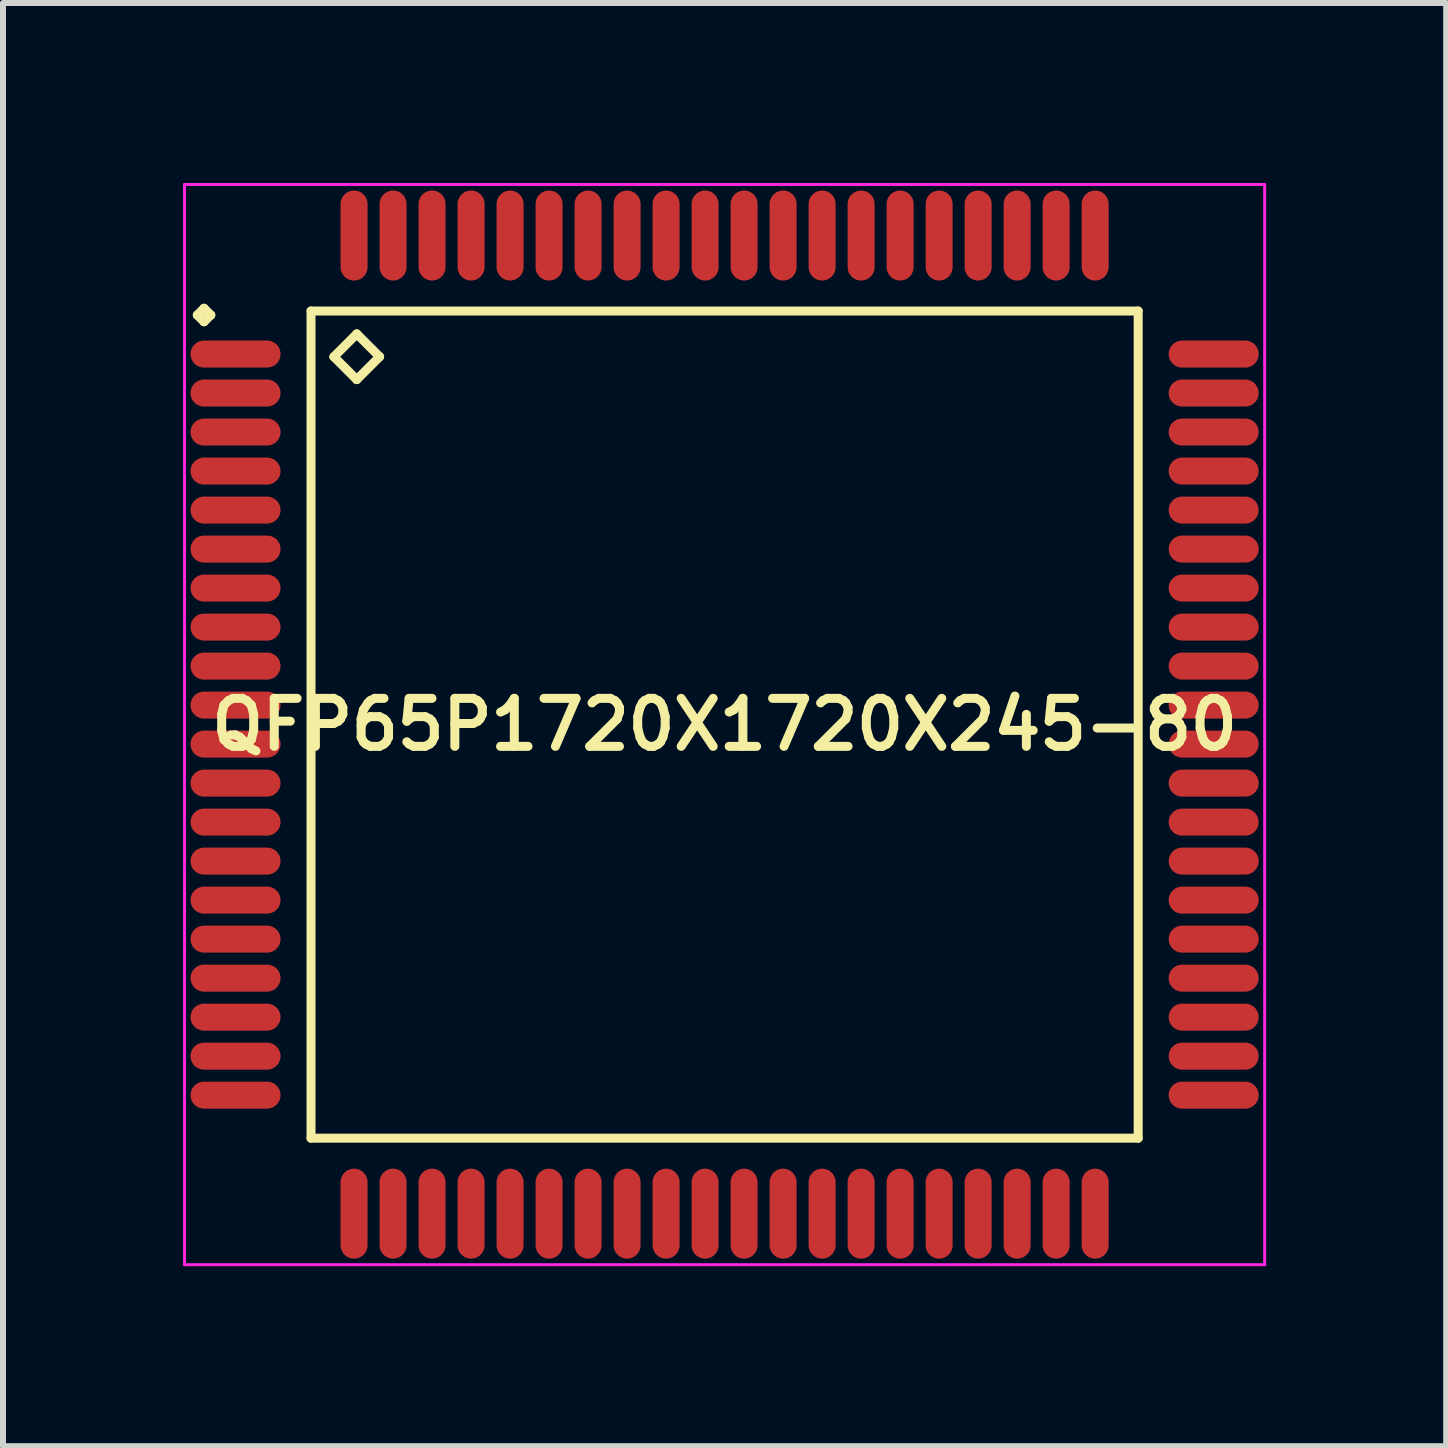
<source format=kicad_pcb>
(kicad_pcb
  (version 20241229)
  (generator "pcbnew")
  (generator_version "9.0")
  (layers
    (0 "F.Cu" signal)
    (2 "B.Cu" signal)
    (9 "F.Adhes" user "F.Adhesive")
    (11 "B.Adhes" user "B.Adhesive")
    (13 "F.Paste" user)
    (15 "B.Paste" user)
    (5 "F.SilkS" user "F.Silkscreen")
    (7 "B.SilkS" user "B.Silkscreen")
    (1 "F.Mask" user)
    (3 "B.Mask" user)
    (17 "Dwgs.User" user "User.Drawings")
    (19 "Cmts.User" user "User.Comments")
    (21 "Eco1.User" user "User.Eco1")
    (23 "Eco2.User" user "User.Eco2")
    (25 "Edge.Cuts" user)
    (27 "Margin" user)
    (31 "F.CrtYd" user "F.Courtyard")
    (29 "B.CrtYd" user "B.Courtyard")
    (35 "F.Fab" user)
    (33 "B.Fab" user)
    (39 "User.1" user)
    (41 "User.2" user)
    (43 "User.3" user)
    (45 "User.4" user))
  (footprint "QFP65P1720X1720X245-80"
    (layer "F.Cu")
    (at 9.025 9.025)
    (property "Reference" "QFP65P1720X1720X245-80" (at 0 0 0) (layer "F.SilkS") (effects (font (size 0.8 0.8) (thickness 0.15))))
    (attr smd)
    (fp_line (start -8.787 -6.825) (end -8.675 -6.938) (stroke (width 0.15) (type solid)) (layer "F.SilkS"))
    (fp_line (start -8.675 -6.938) (end -8.562 -6.825) (stroke (width 0.15) (type solid)) (layer "F.SilkS"))
    (fp_line (start -8.675 -6.713) (end -8.787 -6.825) (stroke (width 0.15) (type solid)) (layer "F.SilkS"))
    (fp_line (start -8.562 -6.825) (end -8.675 -6.713) (stroke (width 0.15) (type solid)) (layer "F.SilkS"))
    (fp_line (start -6.892 -6.892) (end -6.892 6.892) (stroke (width 0.15) (type solid)) (layer "F.SilkS"))
    (fp_line (start -6.892 6.892) (end 6.892 6.892) (stroke (width 0.15) (type solid)) (layer "F.SilkS"))
    (fp_line (start -6.511 -6.13) (end -6.13 -6.511) (stroke (width 0.15) (type solid)) (layer "F.SilkS"))
    (fp_line (start -6.13 -6.511) (end -5.749 -6.13) (stroke (width 0.15) (type solid)) (layer "F.SilkS"))
    (fp_line (start -6.13 -5.749) (end -6.511 -6.13) (stroke (width 0.15) (type solid)) (layer "F.SilkS"))
    (fp_line (start -5.749 -6.13) (end -6.13 -5.749) (stroke (width 0.15) (type solid)) (layer "F.SilkS"))
    (fp_line (start 6.892 -6.892) (end -6.892 -6.892) (stroke (width 0.15) (type solid)) (layer "F.SilkS"))
    (fp_line (start 6.892 6.892) (end 6.892 -6.892) (stroke (width 0.15) (type solid)) (layer "F.SilkS"))
    (fp_line (start -9 -9) (end 9 -9) (stroke (width 0.05) (type solid)) (layer "F.CrtYd"))
    (fp_line (start -9 9) (end -9 -9) (stroke (width 0.05) (type solid)) (layer "F.CrtYd"))
    (fp_line (start 9 -9) (end 9 9) (stroke (width 0.05) (type solid)) (layer "F.CrtYd"))
    (fp_line (start 9 9) (end -9 9) (stroke (width 0.05) (type solid)) (layer "F.CrtYd"))
    (pad "1" smd oval (at -8.15 -6.175) (size 1.5 0.45) (layers "F.Cu" "F.Mask" "F.Paste"))
    (pad "2" smd oval (at -8.15 -5.525) (size 1.5 0.45) (layers "F.Cu" "F.Mask" "F.Paste"))
    (pad "3" smd oval (at -8.15 -4.875) (size 1.5 0.45) (layers "F.Cu" "F.Mask" "F.Paste"))
    (pad "4" smd oval (at -8.15 -4.225) (size 1.5 0.45) (layers "F.Cu" "F.Mask" "F.Paste"))
    (pad "5" smd oval (at -8.15 -3.575) (size 1.5 0.45) (layers "F.Cu" "F.Mask" "F.Paste"))
    (pad "6" smd oval (at -8.15 -2.925) (size 1.5 0.45) (layers "F.Cu" "F.Mask" "F.Paste"))
    (pad "7" smd oval (at -8.15 -2.275) (size 1.5 0.45) (layers "F.Cu" "F.Mask" "F.Paste"))
    (pad "8" smd oval (at -8.15 -1.625) (size 1.5 0.45) (layers "F.Cu" "F.Mask" "F.Paste"))
    (pad "9" smd oval (at -8.15 -0.975) (size 1.5 0.45) (layers "F.Cu" "F.Mask" "F.Paste"))
    (pad "10" smd oval (at -8.15 -0.325) (size 1.5 0.45) (layers "F.Cu" "F.Mask" "F.Paste"))
    (pad "11" smd oval (at -8.15 0.325) (size 1.5 0.45) (layers "F.Cu" "F.Mask" "F.Paste"))
    (pad "12" smd oval (at -8.15 0.975) (size 1.5 0.45) (layers "F.Cu" "F.Mask" "F.Paste"))
    (pad "13" smd oval (at -8.15 1.625) (size 1.5 0.45) (layers "F.Cu" "F.Mask" "F.Paste"))
    (pad "14" smd oval (at -8.15 2.275) (size 1.5 0.45) (layers "F.Cu" "F.Mask" "F.Paste"))
    (pad "15" smd oval (at -8.15 2.925) (size 1.5 0.45) (layers "F.Cu" "F.Mask" "F.Paste"))
    (pad "16" smd oval (at -8.15 3.575) (size 1.5 0.45) (layers "F.Cu" "F.Mask" "F.Paste"))
    (pad "17" smd oval (at -8.15 4.225) (size 1.5 0.45) (layers "F.Cu" "F.Mask" "F.Paste"))
    (pad "18" smd oval (at -8.15 4.875) (size 1.5 0.45) (layers "F.Cu" "F.Mask" "F.Paste"))
    (pad "19" smd oval (at -8.15 5.525) (size 1.5 0.45) (layers "F.Cu" "F.Mask" "F.Paste"))
    (pad "20" smd oval (at -8.15 6.175) (size 1.5 0.45) (layers "F.Cu" "F.Mask" "F.Paste"))
    (pad "21" smd oval (at -6.175 8.15) (size 0.45 1.5) (layers "F.Cu" "F.Mask" "F.Paste"))
    (pad "22" smd oval (at -5.525 8.15) (size 0.45 1.5) (layers "F.Cu" "F.Mask" "F.Paste"))
    (pad "23" smd oval (at -4.875 8.15) (size 0.45 1.5) (layers "F.Cu" "F.Mask" "F.Paste"))
    (pad "24" smd oval (at -4.225 8.15) (size 0.45 1.5) (layers "F.Cu" "F.Mask" "F.Paste"))
    (pad "25" smd oval (at -3.575 8.15) (size 0.45 1.5) (layers "F.Cu" "F.Mask" "F.Paste"))
    (pad "26" smd oval (at -2.925 8.15) (size 0.45 1.5) (layers "F.Cu" "F.Mask" "F.Paste"))
    (pad "27" smd oval (at -2.275 8.15) (size 0.45 1.5) (layers "F.Cu" "F.Mask" "F.Paste"))
    (pad "28" smd oval (at -1.625 8.15) (size 0.45 1.5) (layers "F.Cu" "F.Mask" "F.Paste"))
    (pad "29" smd oval (at -0.975 8.15) (size 0.45 1.5) (layers "F.Cu" "F.Mask" "F.Paste"))
    (pad "30" smd oval (at -0.325 8.15) (size 0.45 1.5) (layers "F.Cu" "F.Mask" "F.Paste"))
    (pad "31" smd oval (at 0.325 8.15) (size 0.45 1.5) (layers "F.Cu" "F.Mask" "F.Paste"))
    (pad "32" smd oval (at 0.975 8.15) (size 0.45 1.5) (layers "F.Cu" "F.Mask" "F.Paste"))
    (pad "33" smd oval (at 1.625 8.15) (size 0.45 1.5) (layers "F.Cu" "F.Mask" "F.Paste"))
    (pad "34" smd oval (at 2.275 8.15) (size 0.45 1.5) (layers "F.Cu" "F.Mask" "F.Paste"))
    (pad "35" smd oval (at 2.925 8.15) (size 0.45 1.5) (layers "F.Cu" "F.Mask" "F.Paste"))
    (pad "36" smd oval (at 3.575 8.15) (size 0.45 1.5) (layers "F.Cu" "F.Mask" "F.Paste"))
    (pad "37" smd oval (at 4.225 8.15) (size 0.45 1.5) (layers "F.Cu" "F.Mask" "F.Paste"))
    (pad "38" smd oval (at 4.875 8.15) (size 0.45 1.5) (layers "F.Cu" "F.Mask" "F.Paste"))
    (pad "39" smd oval (at 5.525 8.15) (size 0.45 1.5) (layers "F.Cu" "F.Mask" "F.Paste"))
    (pad "40" smd oval (at 6.175 8.15) (size 0.45 1.5) (layers "F.Cu" "F.Mask" "F.Paste"))
    (pad "41" smd oval (at 8.15 6.175) (size 1.5 0.45) (layers "F.Cu" "F.Mask" "F.Paste"))
    (pad "42" smd oval (at 8.15 5.525) (size 1.5 0.45) (layers "F.Cu" "F.Mask" "F.Paste"))
    (pad "43" smd oval (at 8.15 4.875) (size 1.5 0.45) (layers "F.Cu" "F.Mask" "F.Paste"))
    (pad "44" smd oval (at 8.15 4.225) (size 1.5 0.45) (layers "F.Cu" "F.Mask" "F.Paste"))
    (pad "45" smd oval (at 8.15 3.575) (size 1.5 0.45) (layers "F.Cu" "F.Mask" "F.Paste"))
    (pad "46" smd oval (at 8.15 2.925) (size 1.5 0.45) (layers "F.Cu" "F.Mask" "F.Paste"))
    (pad "47" smd oval (at 8.15 2.275) (size 1.5 0.45) (layers "F.Cu" "F.Mask" "F.Paste"))
    (pad "48" smd oval (at 8.15 1.625) (size 1.5 0.45) (layers "F.Cu" "F.Mask" "F.Paste"))
    (pad "49" smd oval (at 8.15 0.975) (size 1.5 0.45) (layers "F.Cu" "F.Mask" "F.Paste"))
    (pad "50" smd oval (at 8.15 0.325) (size 1.5 0.45) (layers "F.Cu" "F.Mask" "F.Paste"))
    (pad "51" smd oval (at 8.15 -0.325) (size 1.5 0.45) (layers "F.Cu" "F.Mask" "F.Paste"))
    (pad "52" smd oval (at 8.15 -0.975) (size 1.5 0.45) (layers "F.Cu" "F.Mask" "F.Paste"))
    (pad "53" smd oval (at 8.15 -1.625) (size 1.5 0.45) (layers "F.Cu" "F.Mask" "F.Paste"))
    (pad "54" smd oval (at 8.15 -2.275) (size 1.5 0.45) (layers "F.Cu" "F.Mask" "F.Paste"))
    (pad "55" smd oval (at 8.15 -2.925) (size 1.5 0.45) (layers "F.Cu" "F.Mask" "F.Paste"))
    (pad "56" smd oval (at 8.15 -3.575) (size 1.5 0.45) (layers "F.Cu" "F.Mask" "F.Paste"))
    (pad "57" smd oval (at 8.15 -4.225) (size 1.5 0.45) (layers "F.Cu" "F.Mask" "F.Paste"))
    (pad "58" smd oval (at 8.15 -4.875) (size 1.5 0.45) (layers "F.Cu" "F.Mask" "F.Paste"))
    (pad "59" smd oval (at 8.15 -5.525) (size 1.5 0.45) (layers "F.Cu" "F.Mask" "F.Paste"))
    (pad "60" smd oval (at 8.15 -6.175) (size 1.5 0.45) (layers "F.Cu" "F.Mask" "F.Paste"))
    (pad "61" smd oval (at 6.175 -8.15) (size 0.45 1.5) (layers "F.Cu" "F.Mask" "F.Paste"))
    (pad "62" smd oval (at 5.525 -8.15) (size 0.45 1.5) (layers "F.Cu" "F.Mask" "F.Paste"))
    (pad "63" smd oval (at 4.875 -8.15) (size 0.45 1.5) (layers "F.Cu" "F.Mask" "F.Paste"))
    (pad "64" smd oval (at 4.225 -8.15) (size 0.45 1.5) (layers "F.Cu" "F.Mask" "F.Paste"))
    (pad "65" smd oval (at 3.575 -8.15) (size 0.45 1.5) (layers "F.Cu" "F.Mask" "F.Paste"))
    (pad "66" smd oval (at 2.925 -8.15) (size 0.45 1.5) (layers "F.Cu" "F.Mask" "F.Paste"))
    (pad "67" smd oval (at 2.275 -8.15) (size 0.45 1.5) (layers "F.Cu" "F.Mask" "F.Paste"))
    (pad "68" smd oval (at 1.625 -8.15) (size 0.45 1.5) (layers "F.Cu" "F.Mask" "F.Paste"))
    (pad "69" smd oval (at 0.975 -8.15) (size 0.45 1.5) (layers "F.Cu" "F.Mask" "F.Paste"))
    (pad "70" smd oval (at 0.325 -8.15) (size 0.45 1.5) (layers "F.Cu" "F.Mask" "F.Paste"))
    (pad "71" smd oval (at -0.325 -8.15) (size 0.45 1.5) (layers "F.Cu" "F.Mask" "F.Paste"))
    (pad "72" smd oval (at -0.975 -8.15) (size 0.45 1.5) (layers "F.Cu" "F.Mask" "F.Paste"))
    (pad "73" smd oval (at -1.625 -8.15) (size 0.45 1.5) (layers "F.Cu" "F.Mask" "F.Paste"))
    (pad "74" smd oval (at -2.275 -8.15) (size 0.45 1.5) (layers "F.Cu" "F.Mask" "F.Paste"))
    (pad "75" smd oval (at -2.925 -8.15) (size 0.45 1.5) (layers "F.Cu" "F.Mask" "F.Paste"))
    (pad "76" smd oval (at -3.575 -8.15) (size 0.45 1.5) (layers "F.Cu" "F.Mask" "F.Paste"))
    (pad "77" smd oval (at -4.225 -8.15) (size 0.45 1.5) (layers "F.Cu" "F.Mask" "F.Paste"))
    (pad "78" smd oval (at -4.875 -8.15) (size 0.45 1.5) (layers "F.Cu" "F.Mask" "F.Paste"))
    (pad "79" smd oval (at -5.525 -8.15) (size 0.45 1.5) (layers "F.Cu" "F.Mask" "F.Paste"))
    (pad "80" smd oval (at -6.175 -8.15) (size 0.45 1.5) (layers "F.Cu" "F.Mask" "F.Paste")))
  (gr_rect
    (start -3 -3)
    (end 21.05 21.05)
    (stroke (width 0.1) (type default))
    (fill no)
    (layer "Edge.Cuts")))
</source>
